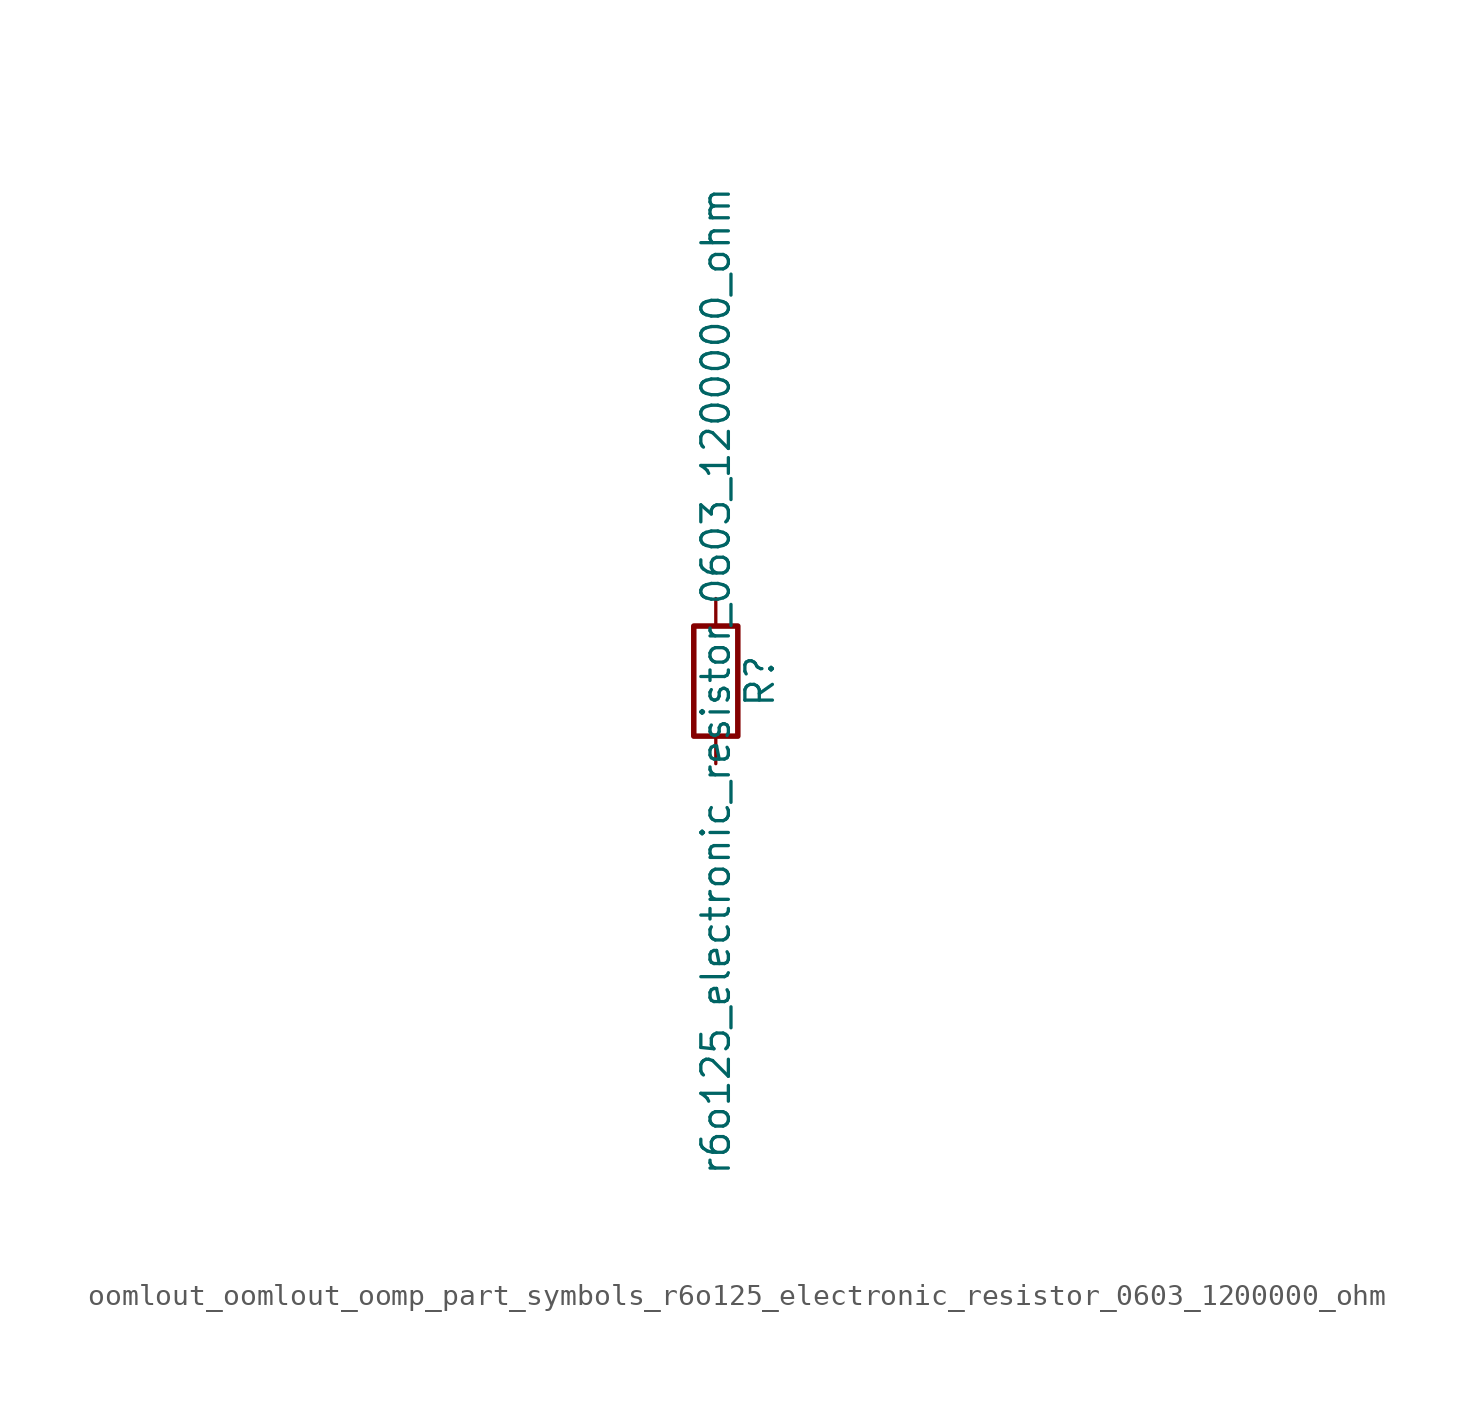
<source format=kicad_sym>
(kicad_symbol_lib
  (version 20220914)
  (generator kicad_symbol_editor)
  (symbol "oomlout_oomlout_oomp_part_symbols_r6o125_electronic_resistor_0603_1200000_ohm"
    (pin_numbers hide)
    (pin_names
      (offset 0))
    (property "Reference" "R"
      (at 2.032 0 90)
      (effects (font (size 1.27 1.27))))
    (property "Value" "r6o125_electronic_resistor_0603_1200000_ohm"
      (at 0 0 90)
      (effects (font (size 1.27 1.27))))
    (symbol "oomlout_oomlout_oomp_part_symbols_r6o125_electronic_resistor_0603_1200000_ohm_0_1"
      (rectangle (start -1.016 -2.54) (end 1.016 2.54) (stroke (width 0.254) (type default)) (fill (type none))))
    (symbol "oomlout_oomlout_oomp_part_symbols_r6o125_electronic_resistor_0603_1200000_ohm_1_1"
      (pin passive line (at 0 3.81 270) (length 1.27) (name "~" (effects (font (size 1.27 1.27)))) (number "1" (effects (font (size 1.27 1.27)))))
      (pin passive line (at 0 -3.81 90) (length 1.27) (name "~" (effects (font (size 1.27 1.27)))) (number "2" (effects (font (size 1.27 1.27))))))))
</source>
